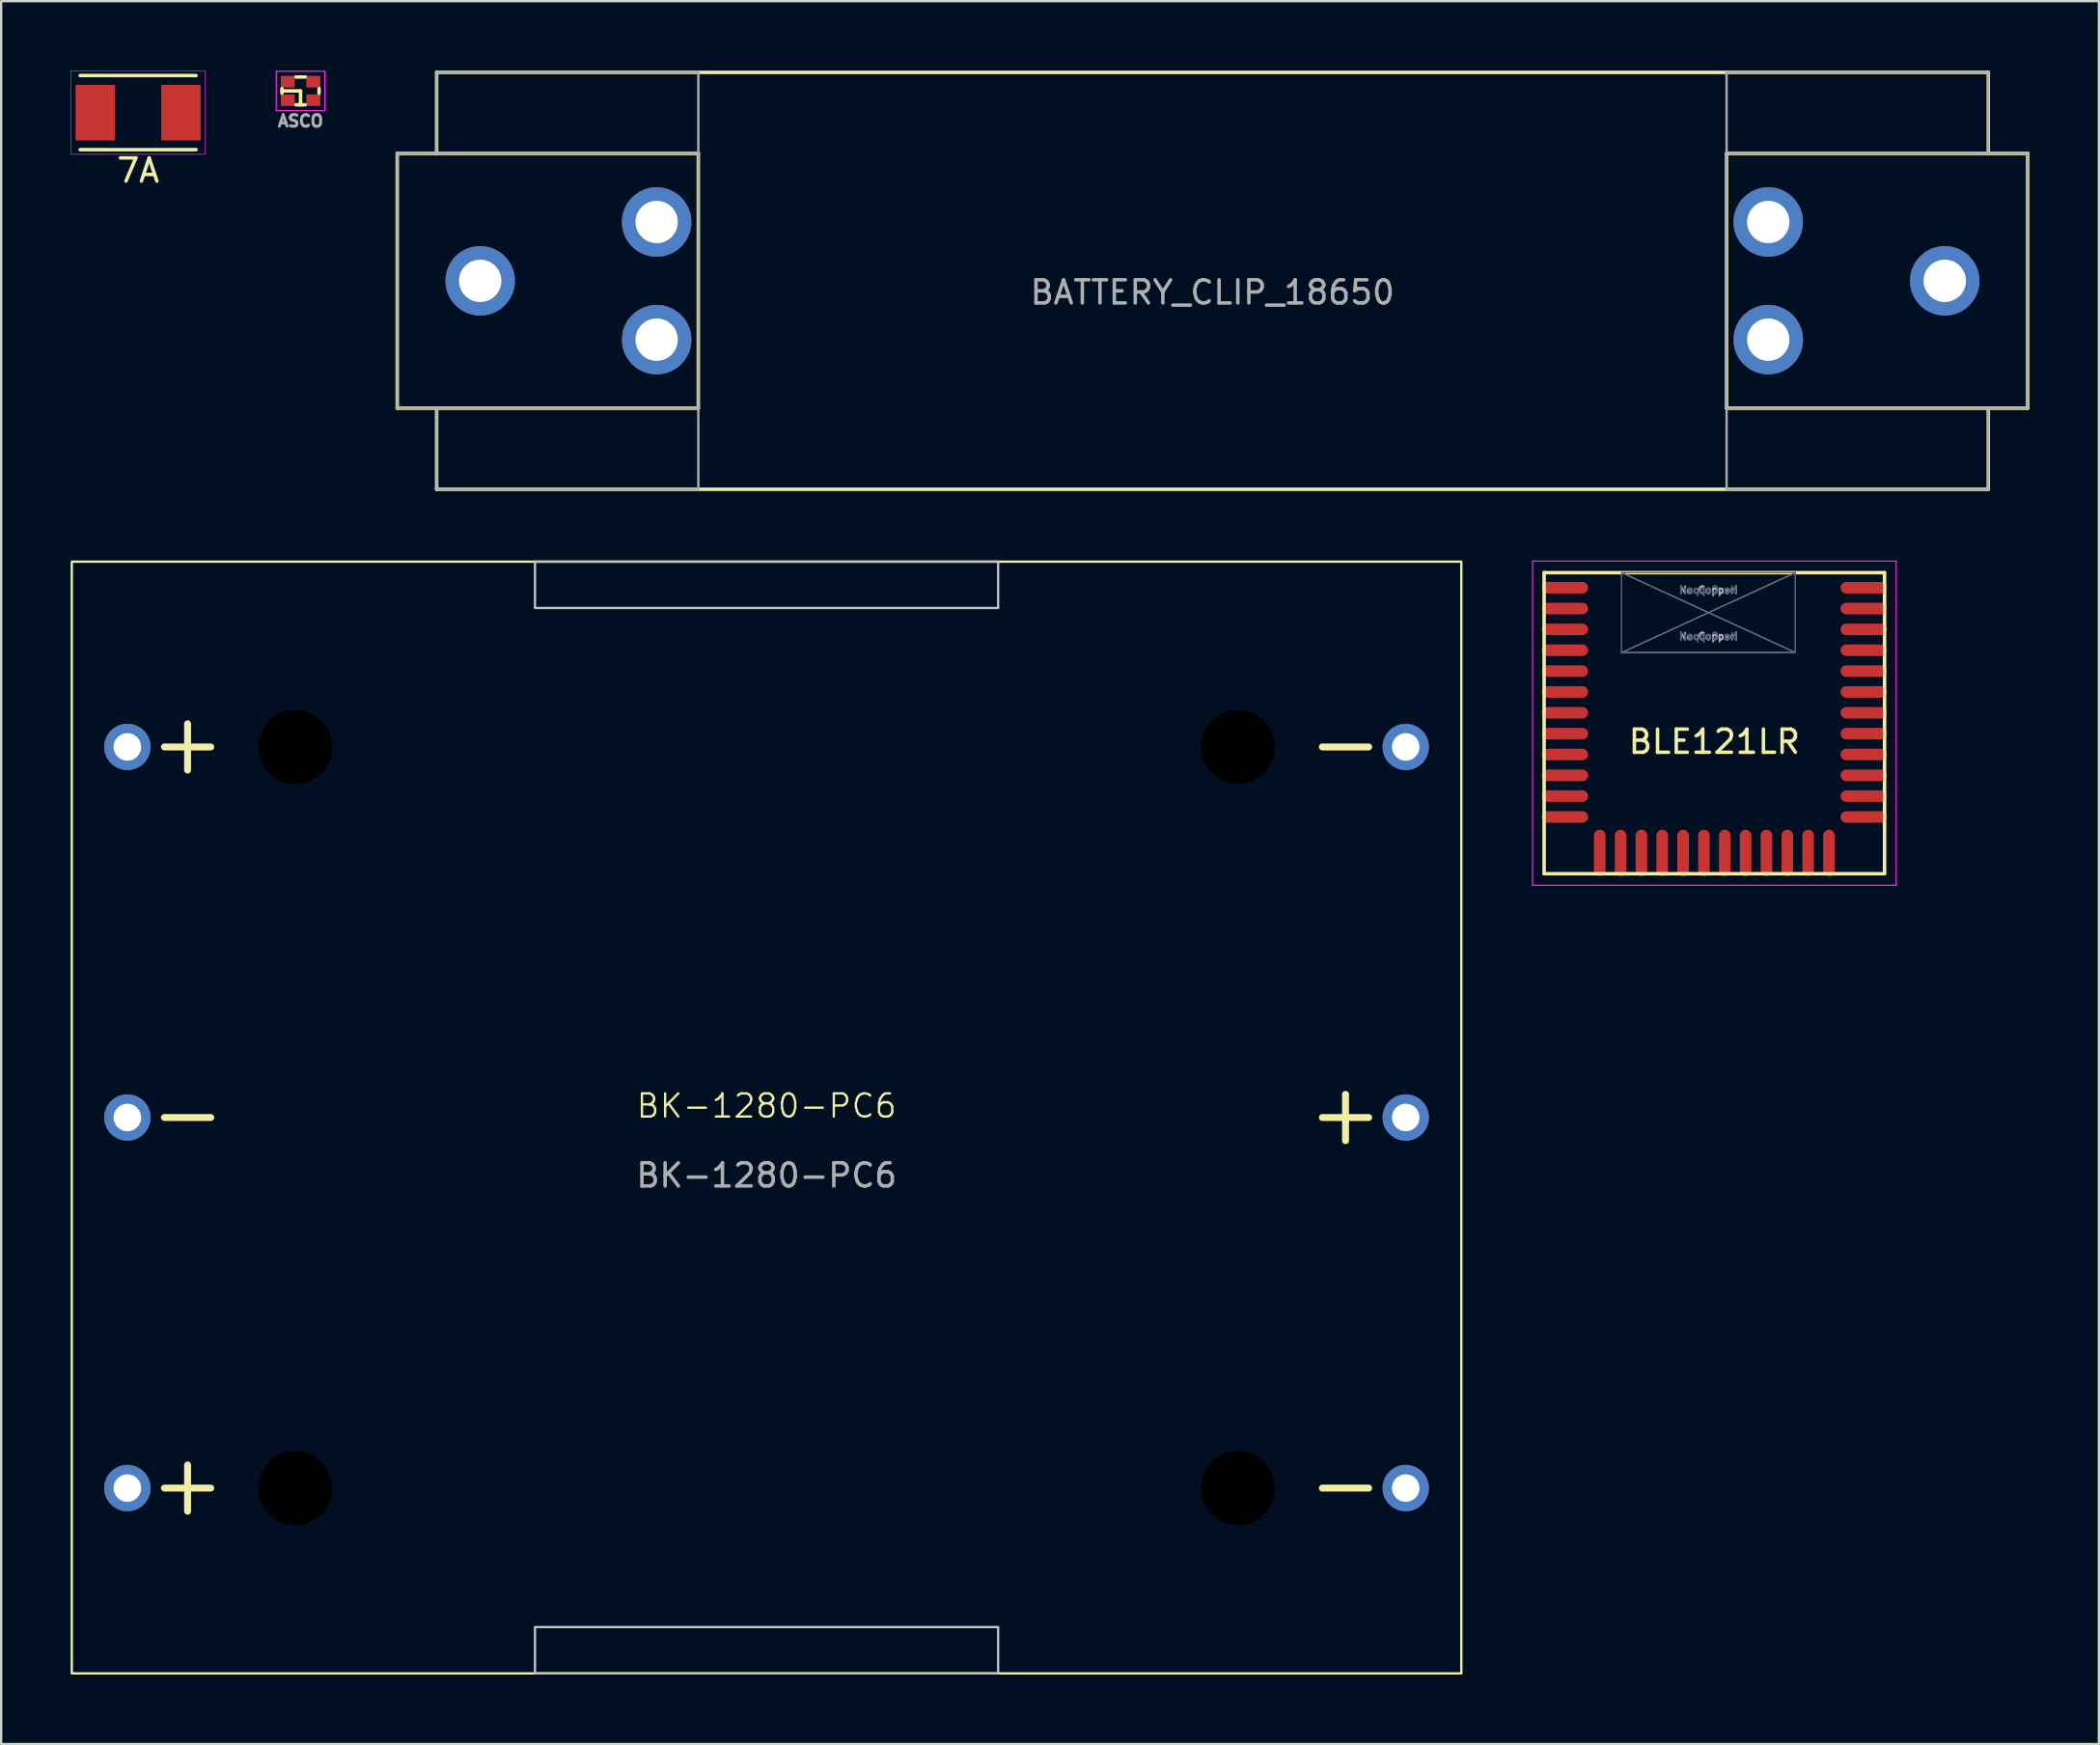
<source format=kicad_pcb>
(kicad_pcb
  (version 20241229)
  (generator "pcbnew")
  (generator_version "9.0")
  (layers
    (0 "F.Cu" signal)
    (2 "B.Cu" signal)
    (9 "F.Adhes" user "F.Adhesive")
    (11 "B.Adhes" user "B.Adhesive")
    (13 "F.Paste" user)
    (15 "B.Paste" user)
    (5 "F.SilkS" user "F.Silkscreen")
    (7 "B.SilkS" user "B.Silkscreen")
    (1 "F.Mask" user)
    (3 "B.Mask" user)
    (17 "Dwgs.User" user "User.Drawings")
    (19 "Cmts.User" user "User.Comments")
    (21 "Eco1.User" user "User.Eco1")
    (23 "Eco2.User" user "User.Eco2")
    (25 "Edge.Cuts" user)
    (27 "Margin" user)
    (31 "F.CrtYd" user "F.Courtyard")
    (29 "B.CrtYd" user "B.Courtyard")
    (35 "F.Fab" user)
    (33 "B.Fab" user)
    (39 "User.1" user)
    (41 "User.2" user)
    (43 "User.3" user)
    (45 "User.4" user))
  (footprint "ASCO"
    (layer "F.Cu")
    (at 9.927 0.875)
    (property "Reference" "ASCO" (at 0 1.3 0) (layer "F.Fab") (effects (font (size 0.5 0.5) (thickness 0.125))))
    (attr through_hole)
    (fp_line (start -0.8 -0.1) (end -0.8 0.1) (stroke (width 0.15) (type solid)) (layer "F.SilkS"))
    (fp_line (start -0.8 0) (end 0 0) (stroke (width 0.15) (type solid)) (layer "F.SilkS"))
    (fp_line (start -0.2 0.6) (end 0.2 0.6) (stroke (width 0.15) (type solid)) (layer "F.SilkS"))
    (fp_line (start 0 0) (end 0 0.6) (stroke (width 0.15) (type solid)) (layer "F.SilkS"))
    (fp_line (start 0.2 -0.6) (end -0.2 -0.6) (stroke (width 0.15) (type solid)) (layer "F.SilkS"))
    (fp_line (start 0.8 0.1) (end 0.8 -0.1) (stroke (width 0.15) (type solid)) (layer "F.SilkS"))
    (fp_line (start -1.05 -0.85) (end 1.05 -0.85) (stroke (width 0.05) (type solid)) (layer "F.CrtYd"))
    (fp_line (start -1.05 0.85) (end -1.05 -0.85) (stroke (width 0.05) (type solid)) (layer "F.CrtYd"))
    (fp_line (start 1.05 -0.85) (end 1.05 0.85) (stroke (width 0.05) (type solid)) (layer "F.CrtYd"))
    (fp_line (start 1.05 0.85) (end -1.05 0.85) (stroke (width 0.05) (type solid)) (layer "F.CrtYd"))
    (pad "1" smd rect (at -0.55 0.4) (size 0.6 0.5) (layers "F.Cu" "F.Mask" "F.Paste"))
    (pad "2" smd rect (at 0.55 0.4) (size 0.6 0.5) (layers "F.Cu" "F.Mask" "F.Paste"))
    (pad "3" smd rect (at 0.55 -0.4) (size 0.6 0.5) (layers "F.Cu" "F.Mask" "F.Paste"))
    (pad "4" smd rect (at -0.55 -0.4) (size 0.6 0.5) (layers "F.Cu" "F.Mask" "F.Paste")))
  (footprint "7A"
    (layer "F.Cu")
    (at 2.913 1.812)
    (property "Reference" "7A" (at 0 2.5 0) (layer "F.SilkS") (effects (font (size 1 1) (thickness 0.15))))
    (attr through_hole)
    (fp_line (start -2.5 -1.6) (end 2.5 -1.6) (stroke (width 0.15) (type solid)) (layer "F.SilkS"))
    (fp_line (start 2.5 1.6) (end -2.5 1.6) (stroke (width 0.15) (type solid)) (layer "F.SilkS"))
    (fp_line (start -2.9 -1.8) (end 2.9 -1.8) (stroke (width 0.025) (type solid)) (layer "F.CrtYd"))
    (fp_line (start -2.9 1.8) (end -2.9 -1.8) (stroke (width 0.025) (type solid)) (layer "F.CrtYd"))
    (fp_line (start 2.9 -1.8) (end 2.9 1.8) (stroke (width 0.025) (type solid)) (layer "F.CrtYd"))
    (fp_line (start 2.9 1.8) (end -2.9 1.8) (stroke (width 0.025) (type solid)) (layer "F.CrtYd"))
    (pad "1" smd rect (at -1.85 0) (size 1.7 2.4) (layers "F.Cu" "F.Mask" "F.Paste"))
    (pad "2" smd rect (at 1.85 0) (size 1.7 2.4) (layers "F.Cu" "F.Mask" "F.Paste")))
  (footprint "BATTERY_CLIP_18650"
    (layer "F.Cu")
    (at 49.304 9.075)
    (property "Reference" "BATTERY_CLIP_18650" (at 0 0.5 0) (layer "F.Fab") (effects (font (size 1 1) (thickness 0.15))))
    (attr through_hole)
    (fp_line (start -35.2 -5.5) (end -22.2 -5.5) (stroke (width 0.15) (type solid)) (layer "F.SilkS"))
    (fp_line (start -35.2 5.5) (end -35.2 -5.5) (stroke (width 0.15) (type solid)) (layer "F.SilkS"))
    (fp_line (start -33.5 -9) (end -33.5 -5.5) (stroke (width 0.15) (type solid)) (layer "F.SilkS"))
    (fp_line (start -33.5 5.5) (end -33.5 9) (stroke (width 0.15) (type solid)) (layer "F.SilkS"))
    (fp_line (start -33.5 9) (end 33.5 9) (stroke (width 0.15) (type solid)) (layer "F.SilkS"))
    (fp_line (start -22.2 -5.5) (end -22.2 5.5) (stroke (width 0.15) (type solid)) (layer "F.SilkS"))
    (fp_line (start -22.2 5.5) (end -35.2 5.5) (stroke (width 0.15) (type solid)) (layer "F.SilkS"))
    (fp_line (start 22.2 -5.5) (end 35.2 -5.5) (stroke (width 0.15) (type solid)) (layer "F.SilkS"))
    (fp_line (start 22.2 5.5) (end 22.2 -5.5) (stroke (width 0.15) (type solid)) (layer "F.SilkS"))
    (fp_line (start 33.5 -9) (end -33.5 -9) (stroke (width 0.15) (type solid)) (layer "F.SilkS"))
    (fp_line (start 33.5 -5.5) (end 33.5 -9) (stroke (width 0.15) (type solid)) (layer "F.SilkS"))
    (fp_line (start 33.5 9) (end 33.5 5.5) (stroke (width 0.15) (type solid)) (layer "F.SilkS"))
    (fp_line (start 35.2 -5.5) (end 35.2 5.5) (stroke (width 0.15) (type solid)) (layer "F.SilkS"))
    (fp_line (start 35.2 5.5) (end 22.2 5.5) (stroke (width 0.15) (type solid)) (layer "F.SilkS"))
    (fp_line (start -35.2 -5.5) (end -22.2 -5.5) (stroke (width 0.1) (type solid)) (layer "F.Fab"))
    (fp_line (start -35.2 5.5) (end -35.2 -5.5) (stroke (width 0.1) (type solid)) (layer "F.Fab"))
    (fp_line (start -33.5 -9) (end -33.5 -5.5) (stroke (width 0.1) (type solid)) (layer "F.Fab"))
    (fp_line (start -33.5 -9) (end -22.2 -9) (stroke (width 0.1) (type solid)) (layer "F.Fab"))
    (fp_line (start -33.5 5.5) (end -33.5 9) (stroke (width 0.1) (type solid)) (layer "F.Fab"))
    (fp_line (start -33.5 9) (end -22.2 9) (stroke (width 0.1) (type solid)) (layer "F.Fab"))
    (fp_line (start -22.2 -9) (end -22.2 -5.5) (stroke (width 0.1) (type solid)) (layer "F.Fab"))
    (fp_line (start -22.2 -5.5) (end -22.2 5.5) (stroke (width 0.1) (type solid)) (layer "F.Fab"))
    (fp_line (start -22.2 5.5) (end -35.2 5.5) (stroke (width 0.1) (type solid)) (layer "F.Fab"))
    (fp_line (start -22.2 9) (end -22.2 5.5) (stroke (width 0.1) (type solid)) (layer "F.Fab"))
    (fp_line (start 22.2 -9) (end 22.2 -5.5) (stroke (width 0.1) (type solid)) (layer "F.Fab"))
    (fp_line (start 22.2 -9) (end 33.5 -9) (stroke (width 0.1) (type solid)) (layer "F.Fab"))
    (fp_line (start 22.2 -5.5) (end 35.2 -5.5) (stroke (width 0.1) (type solid)) (layer "F.Fab"))
    (fp_line (start 22.2 5.5) (end 22.2 -5.5) (stroke (width 0.1) (type solid)) (layer "F.Fab"))
    (fp_line (start 22.2 5.5) (end 22.2 9) (stroke (width 0.1) (type solid)) (layer "F.Fab"))
    (fp_line (start 22.2 9) (end 33.5 9) (stroke (width 0.1) (type solid)) (layer "F.Fab"))
    (fp_line (start 33.5 -9) (end 33.5 -5.5) (stroke (width 0.1) (type solid)) (layer "F.Fab"))
    (fp_line (start 33.5 9) (end 33.5 5.5) (stroke (width 0.1) (type solid)) (layer "F.Fab"))
    (fp_line (start 35.2 -5.5) (end 35.2 5.5) (stroke (width 0.1) (type solid)) (layer "F.Fab"))
    (fp_line (start 35.2 5.5) (end 22.2 5.5) (stroke (width 0.1) (type solid)) (layer "F.Fab"))
    (pad "1" thru_hole circle (at -31.62 0) (size 3 3) (drill 1.83) (layers "*.Cu" "*.Mask"))
    (pad "1" thru_hole circle (at -24 -2.54) (size 3 3) (drill 1.83) (layers "*.Cu" "*.Mask"))
    (pad "1" thru_hole circle (at -24 2.54) (size 3 3) (drill 1.83) (layers "*.Cu" "*.Mask"))
    (pad "2" thru_hole circle (at 24 -2.54) (size 3 3) (drill 1.83) (layers "*.Cu" "*.Mask"))
    (pad "2" thru_hole circle (at 24 2.54) (size 3 3) (drill 1.83) (layers "*.Cu" "*.Mask"))
    (pad "2" thru_hole circle (at 31.62 0) (size 3 3) (drill 1.83) (layers "*.Cu" "*.Mask")))
  (footprint "BK-1280-PC6"
    (layer "F.Cu")
    (at 30.05 45.2)
    (property "Reference" "BK-1280-PC6" (at 0 -0.5 0) (unlocked yes) (layer "F.SilkS") (effects (font (size 1 1) (thickness 0.1))))
    (attr through_hole)
    (fp_line (start -26 -16) (end -24 -16) (stroke (width 0.3) (type default)) (layer "F.SilkS"))
    (fp_line (start -26 0) (end -24 0) (stroke (width 0.3) (type default)) (layer "F.SilkS"))
    (fp_line (start -26 16) (end -24 16) (stroke (width 0.3) (type default)) (layer "F.SilkS"))
    (fp_line (start -25 -17) (end -25 -15) (stroke (width 0.3) (type default)) (layer "F.SilkS"))
    (fp_line (start -25 15) (end -25 17) (stroke (width 0.3) (type default)) (layer "F.SilkS"))
    (fp_line (start 24 -16) (end 26 -16) (stroke (width 0.3) (type default)) (layer "F.SilkS"))
    (fp_line (start 24 0) (end 26 0) (stroke (width 0.3) (type default)) (layer "F.SilkS"))
    (fp_line (start 24 16) (end 26 16) (stroke (width 0.3) (type default)) (layer "F.SilkS"))
    (fp_line (start 25 -1) (end 25 1) (stroke (width 0.3) (type default)) (layer "F.SilkS"))
    (fp_rect (start -30 -24) (end 30 24) (stroke (width 0.1) (type default)) (fill no) (layer "F.SilkS"))
    (fp_rect (start -10 -24) (end 10 -22) (stroke (width 0.1) (type default)) (fill no) (layer "Dwgs.User"))
    (fp_rect (start -10 24) (end 10 22) (stroke (width 0.1) (type default)) (fill no) (layer "Dwgs.User"))
    (fp_text user "${REFERENCE}" (at 0 2.5 0) (unlocked yes) (layer "F.Fab") (effects (font (size 1 1) (thickness 0.15))))
    (pad "" np_thru_hole circle (at -20.35 -16) (size 3.2 3.2) (drill 3.2) (layers "*.Mask"))
    (pad "" np_thru_hole circle (at -20.35 16) (size 3.2 3.2) (drill 3.2) (layers "*.Mask"))
    (pad "" np_thru_hole circle (at 20.35 -16) (size 3.2 3.2) (drill 3.2) (layers "*.Mask"))
    (pad "" np_thru_hole circle (at 20.35 16) (size 3.2 3.2) (drill 3.2) (layers "*.Mask"))
    (pad "1" thru_hole circle (at -27.6 16) (size 2 2) (drill 1.19) (layers "*.Cu" "*.Mask"))
    (pad "2" thru_hole circle (at 27.6 16) (size 2 2) (drill 1.19) (layers "*.Cu" "*.Mask"))
    (pad "3" thru_hole circle (at -27.6 0) (size 2 2) (drill 1.19) (layers "*.Cu" "*.Mask"))
    (pad "4" thru_hole circle (at 27.6 0) (size 2 2) (drill 1.19) (layers "*.Cu" "*.Mask"))
    (pad "5" thru_hole circle (at -27.6 -16) (size 2 2) (drill 1.19) (layers "*.Cu" "*.Mask"))
    (pad "6" thru_hole circle (at 27.6 -16) (size 2 2) (drill 1.19) (layers "*.Cu" "*.Mask")))
  (footprint "BLE121LR"
    (layer "F.Cu")
    (at 70.975 28.175)
    (property "Reference" "BLE121LR" (at 0 0.8 0) (layer "F.SilkS") (effects (font (size 1 1) (thickness 0.15))))
    (attr through_hole)
    (fp_line (start -7.35 -6.5) (end 7.35 -6.5) (stroke (width 0.15) (type solid)) (layer "F.SilkS"))
    (fp_line (start -7.35 6.5) (end -7.35 -6.5) (stroke (width 0.15) (type solid)) (layer "F.SilkS"))
    (fp_line (start 7.35 -6.5) (end 7.35 6.5) (stroke (width 0.15) (type solid)) (layer "F.SilkS"))
    (fp_line (start 7.35 6.5) (end -7.35 6.5) (stroke (width 0.15) (type solid)) (layer "F.SilkS"))
    (fp_line (start -7.85 -7) (end 7.85 -7) (stroke (width 0.05) (type solid)) (layer "F.CrtYd"))
    (fp_line (start -7.85 7) (end -7.85 -7) (stroke (width 0.05) (type solid)) (layer "F.CrtYd"))
    (fp_line (start 7.85 -7) (end 7.85 7) (stroke (width 0.05) (type solid)) (layer "F.CrtYd"))
    (fp_line (start 7.85 7) (end -7.85 7) (stroke (width 0.05) (type solid)) (layer "F.CrtYd"))
    (fp_line (start -4 -6.5) (end 3.5 -6.5) (stroke (width 0.05) (type solid)) (layer "B.Fab"))
    (fp_line (start -4 -6.5) (end 3.5 -3.05) (stroke (width 0.05) (type solid)) (layer "B.Fab"))
    (fp_line (start -4 -3.05) (end -4 -6.5) (stroke (width 0.05) (type solid)) (layer "B.Fab"))
    (fp_line (start 3.5 -6.5) (end -4 -3.05) (stroke (width 0.05) (type solid)) (layer "B.Fab"))
    (fp_line (start 3.5 -6.5) (end 3.5 -3.05) (stroke (width 0.05) (type solid)) (layer "B.Fab"))
    (fp_line (start 3.5 -3.05) (end -4 -3.05) (stroke (width 0.05) (type solid)) (layer "B.Fab"))
    (fp_line (start -4 -6.5) (end 3.5 -6.5) (stroke (width 0.05) (type solid)) (layer "F.Fab"))
    (fp_line (start -4 -6.5) (end 3.5 -3.05) (stroke (width 0.05) (type solid)) (layer "F.Fab"))
    (fp_line (start -4 -3.05) (end -4 -6.5) (stroke (width 0.05) (type solid)) (layer "F.Fab"))
    (fp_line (start 3.5 -6.5) (end -4 -3.05) (stroke (width 0.05) (type solid)) (layer "F.Fab"))
    (fp_line (start 3.5 -6.5) (end 3.5 -3.05) (stroke (width 0.05) (type solid)) (layer "F.Fab"))
    (fp_line (start 3.5 -3.05) (end -4 -3.05) (stroke (width 0.05) (type solid)) (layer "F.Fab"))
    (fp_text user "No Copper!" (at -0.25 -5.75 0) (layer "B.Fab") (effects (font (size 0.3 0.3) (thickness 0.075)) (justify mirror)))
    (fp_text user "No Copper!" (at -0.25 -3.75 0) (layer "B.Fab") (effects (font (size 0.3 0.3) (thickness 0.075)) (justify mirror)))
    (fp_text user "No Copper!" (at -0.25 -3.75 0) (layer "F.Fab") (effects (font (size 0.3 0.3) (thickness 0.075))))
    (fp_text user "No Copper!" (at -0.25 -5.75 0) (layer "F.Fab") (effects (font (size 0.3 0.3) (thickness 0.075))))
    (pad "1" smd oval (at -6.45 -5.85) (size 2 0.5) (layers "F.Cu" "F.Mask" "F.Paste"))
    (pad "2" smd oval (at -6.45 -4.95) (size 2 0.5) (layers "F.Cu" "F.Mask" "F.Paste"))
    (pad "3" smd oval (at -6.45 -4.05) (size 2 0.5) (layers "F.Cu" "F.Mask" "F.Paste"))
    (pad "4" smd oval (at -6.45 -3.15) (size 2 0.5) (layers "F.Cu" "F.Mask" "F.Paste"))
    (pad "5" smd oval (at -6.45 -2.25) (size 2 0.5) (layers "F.Cu" "F.Mask" "F.Paste"))
    (pad "6" smd oval (at -6.45 -1.35) (size 2 0.5) (layers "F.Cu" "F.Mask" "F.Paste"))
    (pad "7" smd oval (at -6.45 -0.45) (size 2 0.5) (layers "F.Cu" "F.Mask" "F.Paste"))
    (pad "8" smd oval (at -6.45 0.45) (size 2 0.5) (layers "F.Cu" "F.Mask" "F.Paste"))
    (pad "9" smd oval (at -6.45 1.35) (size 2 0.5) (layers "F.Cu" "F.Mask" "F.Paste"))
    (pad "10" smd oval (at -6.45 2.25) (size 2 0.5) (layers "F.Cu" "F.Mask" "F.Paste"))
    (pad "11" smd oval (at -6.45 3.15) (size 2 0.5) (layers "F.Cu" "F.Mask" "F.Paste"))
    (pad "12" smd oval (at -6.45 4.05) (size 2 0.5) (layers "F.Cu" "F.Mask" "F.Paste"))
    (pad "13" smd oval (at -4.95 5.6 90) (size 2 0.5) (layers "F.Cu" "F.Mask" "F.Paste"))
    (pad "14" smd oval (at -4.05 5.6 90) (size 2 0.5) (layers "F.Cu" "F.Mask" "F.Paste"))
    (pad "15" smd oval (at -3.15 5.6 90) (size 2 0.5) (layers "F.Cu" "F.Mask" "F.Paste"))
    (pad "16" smd oval (at -2.25 5.6 90) (size 2 0.5) (layers "F.Cu" "F.Mask" "F.Paste"))
    (pad "17" smd oval (at -1.35 5.6 90) (size 2 0.5) (layers "F.Cu" "F.Mask" "F.Paste"))
    (pad "18" smd oval (at -0.45 5.6 90) (size 2 0.5) (layers "F.Cu" "F.Mask" "F.Paste"))
    (pad "19" smd oval (at 0.45 5.6 90) (size 2 0.5) (layers "F.Cu" "F.Mask" "F.Paste"))
    (pad "20" smd oval (at 1.35 5.6 90) (size 2 0.5) (layers "F.Cu" "F.Mask" "F.Paste"))
    (pad "21" smd oval (at 2.25 5.6 90) (size 2 0.5) (layers "F.Cu" "F.Mask" "F.Paste"))
    (pad "22" smd oval (at 3.15 5.6 90) (size 2 0.5) (layers "F.Cu" "F.Mask" "F.Paste"))
    (pad "23" smd oval (at 4.05 5.6 90) (size 2 0.5) (layers "F.Cu" "F.Mask" "F.Paste"))
    (pad "24" smd oval (at 4.95 5.6 90) (size 2 0.5) (layers "F.Cu" "F.Mask" "F.Paste"))
    (pad "25" smd oval (at 6.45 4.05 180) (size 2 0.5) (layers "F.Cu" "F.Mask" "F.Paste"))
    (pad "26" smd oval (at 6.45 3.15 180) (size 2 0.5) (layers "F.Cu" "F.Mask" "F.Paste"))
    (pad "27" smd oval (at 6.45 2.25 180) (size 2 0.5) (layers "F.Cu" "F.Mask" "F.Paste"))
    (pad "28" smd oval (at 6.45 1.35 180) (size 2 0.5) (layers "F.Cu" "F.Mask" "F.Paste"))
    (pad "29" smd oval (at 6.45 0.45 180) (size 2 0.5) (layers "F.Cu" "F.Mask" "F.Paste"))
    (pad "30" smd oval (at 6.45 -0.45 180) (size 2 0.5) (layers "F.Cu" "F.Mask" "F.Paste"))
    (pad "31" smd oval (at 6.45 -1.35 180) (size 2 0.5) (layers "F.Cu" "F.Mask" "F.Paste"))
    (pad "32" smd oval (at 6.45 -2.25 180) (size 2 0.5) (layers "F.Cu" "F.Mask" "F.Paste"))
    (pad "33" smd oval (at 6.45 -3.15 180) (size 2 0.5) (layers "F.Cu" "F.Mask" "F.Paste"))
    (pad "34" smd oval (at 6.45 -4.05 180) (size 2 0.5) (layers "F.Cu" "F.Mask" "F.Paste"))
    (pad "35" smd oval (at 6.45 -4.95 180) (size 2 0.5) (layers "F.Cu" "F.Mask" "F.Paste"))
    (pad "36" smd oval (at 6.45 -5.85 180) (size 2 0.5) (layers "F.Cu" "F.Mask" "F.Paste")))
  (gr_rect
    (start -3 -3)
    (end 87.579 72.25)
    (stroke (width 0.1) (type default))
    (fill no)
    (layer "Edge.Cuts")))
</source>
